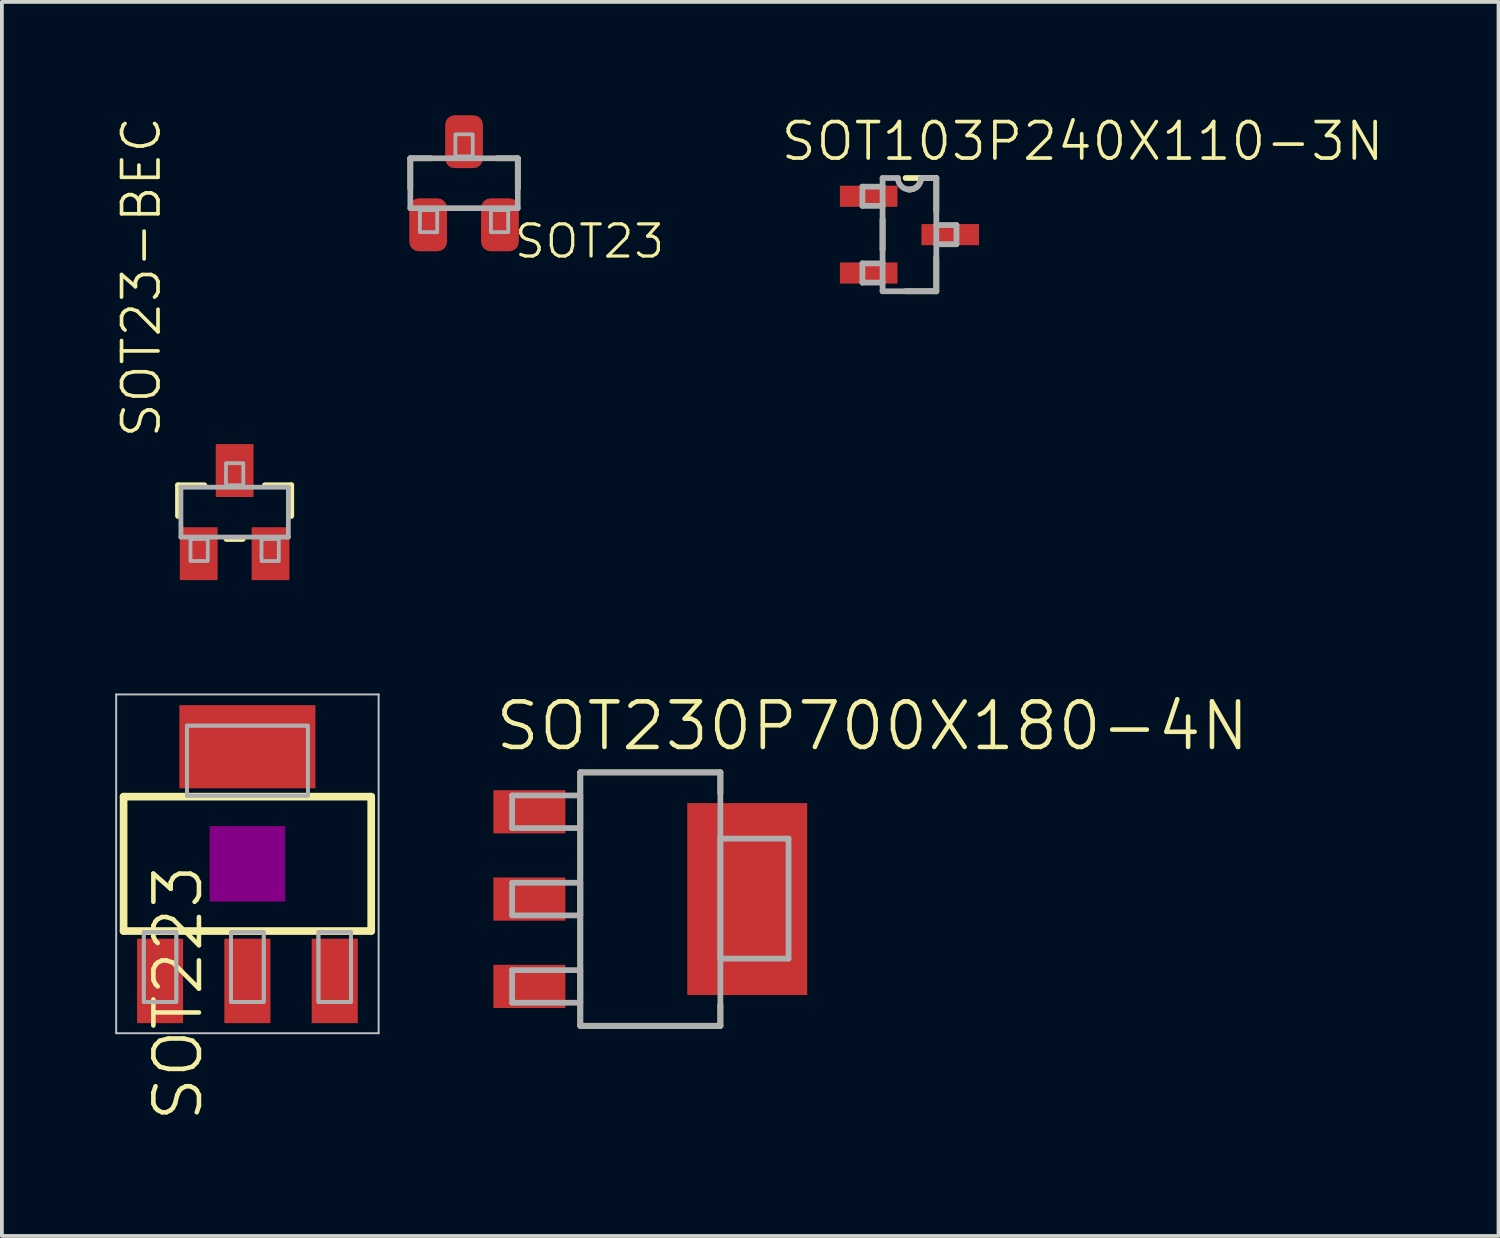
<source format=kicad_pcb>
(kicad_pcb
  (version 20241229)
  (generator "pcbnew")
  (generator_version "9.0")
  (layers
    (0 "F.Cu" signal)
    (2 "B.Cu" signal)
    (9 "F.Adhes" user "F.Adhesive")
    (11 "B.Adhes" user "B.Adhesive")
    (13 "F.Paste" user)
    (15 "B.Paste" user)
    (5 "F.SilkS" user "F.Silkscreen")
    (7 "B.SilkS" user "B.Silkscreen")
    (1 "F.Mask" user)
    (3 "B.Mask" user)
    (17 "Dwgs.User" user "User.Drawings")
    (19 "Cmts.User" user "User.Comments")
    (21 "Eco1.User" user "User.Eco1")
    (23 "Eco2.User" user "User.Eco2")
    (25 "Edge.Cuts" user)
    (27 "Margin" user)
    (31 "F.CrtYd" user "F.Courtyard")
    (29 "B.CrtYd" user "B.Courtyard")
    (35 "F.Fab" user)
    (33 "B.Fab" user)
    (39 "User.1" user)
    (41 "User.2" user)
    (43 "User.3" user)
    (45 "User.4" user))
  (footprint "SOT23"
    (layer "F.Cu")
    (at 9.232 1.8)
    (property "Reference" "SOT23" (at 1.282 2.034 180) (layer "F.SilkS") (effects (font (size 0.85 0.85) (thickness 0.085)) (justify left bottom)))
    (attr through_hole)
    (fp_line (start -1.422 -0.66) (end -0.864 -0.66) (stroke (width 0.15) (type solid)) (layer "F.SilkS"))
    (fp_line (start -1.422 0.15) (end -1.422 -0.66) (stroke (width 0.15) (type solid)) (layer "F.SilkS"))
    (fp_line (start 0.864 -0.66) (end 1.422 -0.66) (stroke (width 0.15) (type solid)) (layer "F.SilkS"))
    (fp_line (start 1.422 -0.66) (end 1.422 0.15) (stroke (width 0.15) (type solid)) (layer "F.SilkS"))
    (fp_line (start -1.422 -0.66) (end 1.422 -0.66) (stroke (width 0.15) (type solid)) (layer "F.Fab"))
    (fp_line (start -1.422 0.66) (end -1.422 -0.66) (stroke (width 0.15) (type solid)) (layer "F.Fab"))
    (fp_line (start 1.422 -0.66) (end 1.422 0.66) (stroke (width 0.15) (type solid)) (layer "F.Fab"))
    (fp_line (start 1.422 0.66) (end -1.422 0.66) (stroke (width 0.15) (type solid)) (layer "F.Fab"))
    (fp_poly (pts (xy -1.168 1.295) (xy -0.711 1.295) (xy -0.711 0.711) (xy -1.168 0.711)) (stroke (width 0.1) (type solid)) (fill no) (layer "F.Fab"))
    (fp_poly (pts (xy -0.229 -0.711) (xy 0.229 -0.711) (xy 0.229 -1.295) (xy -0.229 -1.295)) (stroke (width 0.1) (type solid)) (fill no) (layer "F.Fab"))
    (fp_poly (pts (xy 0.711 1.295) (xy 1.168 1.295) (xy 1.168 0.711) (xy 0.711 0.711)) (stroke (width 0.1) (type solid)) (fill no) (layer "F.Fab"))
    (pad "1" smd roundrect (at -0.95 1.1) (size 1 1.4) (layers "F.Cu" "F.Mask" "F.Paste") (roundrect_rratio 0.25))
    (pad "2" smd roundrect (at 0.95 1.1) (size 1 1.4) (layers "F.Cu" "F.Mask" "F.Paste") (roundrect_rratio 0.25))
    (pad "3" smd roundrect (at 0 -1.1) (size 1 1.4) (layers "F.Cu" "F.Mask" "F.Paste") (roundrect_rratio 0.25)))
  (footprint "SOT23-BEC"
    (layer "F.Cu")
    (at 3.16 10.504)
    (property "Reference" "SOT23-BEC" (at -1.905 -1.905 90) (layer "F.SilkS") (effects (font (size 0.965 0.965) (thickness 0.097)) (justify left bottom)))
    (attr through_hole)
    (fp_line (start -1.499 -0.711) (end -1.499 0.102) (stroke (width 0.152) (type solid)) (layer "F.SilkS"))
    (fp_line (start -0.8 -0.711) (end -1.499 -0.711) (stroke (width 0.152) (type solid)) (layer "F.SilkS"))
    (fp_line (start -0.216 0.711) (end 0.216 0.711) (stroke (width 0.152) (type solid)) (layer "F.SilkS"))
    (fp_line (start 1.499 -0.711) (end 0.8 -0.711) (stroke (width 0.152) (type solid)) (layer "F.SilkS"))
    (fp_line (start 1.499 0.102) (end 1.499 -0.711) (stroke (width 0.152) (type solid)) (layer "F.SilkS"))
    (fp_line (start -1.422 -0.66) (end 1.422 -0.66) (stroke (width 0.127) (type solid)) (layer "F.Fab"))
    (fp_line (start -1.422 0.66) (end -1.422 -0.66) (stroke (width 0.127) (type solid)) (layer "F.Fab"))
    (fp_line (start 1.422 -0.66) (end 1.422 0.66) (stroke (width 0.127) (type solid)) (layer "F.Fab"))
    (fp_line (start 1.422 0.66) (end -1.422 0.66) (stroke (width 0.127) (type solid)) (layer "F.Fab"))
    (fp_poly (pts (xy -1.168 1.295) (xy -0.711 1.295) (xy -0.711 0.711) (xy -1.168 0.711)) (stroke (width 0.1) (type solid)) (fill no) (layer "F.Fab"))
    (fp_poly (pts (xy -0.229 -0.711) (xy 0.229 -0.711) (xy 0.229 -1.295) (xy -0.229 -1.295)) (stroke (width 0.1) (type solid)) (fill no) (layer "F.Fab"))
    (fp_poly (pts (xy 0.711 1.295) (xy 1.168 1.295) (xy 1.168 0.711) (xy 0.711 0.711)) (stroke (width 0.1) (type solid)) (fill no) (layer "F.Fab"))
    (pad "B" smd rect (at -0.95 1.1) (size 1 1.4) (layers "F.Cu" "F.Mask" "F.Paste"))
    (pad "C" smd rect (at 0 -1.1) (size 1 1.4) (layers "F.Cu" "F.Mask" "F.Paste"))
    (pad "E" smd rect (at 0.95 1.1) (size 1 1.4) (layers "F.Cu" "F.Mask" "F.Paste")))
  (footprint "SOT103P240X110-3N"
    (layer "F.Cu")
    (at 21.02 3.16)
    (property "Reference" "SOT103P240X110-3N" (at -3.454 -1.905 180) (layer "F.SilkS") (effects (font (size 0.965 0.965) (thickness 0.097)) (justify left bottom)))
    (attr through_hole)
    (fp_line (start -0.711 -0.406) (end -0.711 0.406) (stroke (width 0.152) (type solid)) (layer "F.SilkS"))
    (fp_line (start -0.102 1.499) (end 0.711 1.499) (stroke (width 0.152) (type solid)) (layer "F.SilkS"))
    (fp_line (start 0.305 -1.499) (end -0.102 -1.499) (stroke (width 0.152) (type solid)) (layer "F.SilkS"))
    (fp_line (start 0.711 -1.499) (end 0.305 -1.499) (stroke (width 0.152) (type solid)) (layer "F.SilkS"))
    (fp_line (start 0.711 -0.61) (end 0.711 -1.499) (stroke (width 0.152) (type solid)) (layer "F.SilkS"))
    (fp_line (start 0.711 1.499) (end 0.711 0.61) (stroke (width 0.152) (type solid)) (layer "F.SilkS"))
    (fp_arc (start 0.3048 -1.4986) (mid 0.206758 -1.273554) (end -0.0254 -1.1938) (stroke (width 0.1524) (type solid)) (layer "F.SilkS"))
    (fp_line (start -1.245 -1.27) (end -1.245 -0.762) (stroke (width 0.152) (type solid)) (layer "F.Fab"))
    (fp_line (start -1.245 -0.762) (end -0.711 -0.762) (stroke (width 0.152) (type solid)) (layer "F.Fab"))
    (fp_line (start -1.245 0.762) (end -1.245 1.27) (stroke (width 0.152) (type solid)) (layer "F.Fab"))
    (fp_line (start -1.245 1.27) (end -0.711 1.27) (stroke (width 0.152) (type solid)) (layer "F.Fab"))
    (fp_line (start -0.711 -1.499) (end -0.711 -1.27) (stroke (width 0.152) (type solid)) (layer "F.Fab"))
    (fp_line (start -0.711 -1.27) (end -1.245 -1.27) (stroke (width 0.152) (type solid)) (layer "F.Fab"))
    (fp_line (start -0.711 -1.27) (end -0.711 -0.762) (stroke (width 0.152) (type solid)) (layer "F.Fab"))
    (fp_line (start -0.711 -0.762) (end -0.711 0.762) (stroke (width 0.152) (type solid)) (layer "F.Fab"))
    (fp_line (start -0.711 0.762) (end -1.245 0.762) (stroke (width 0.152) (type solid)) (layer "F.Fab"))
    (fp_line (start -0.711 1.27) (end -0.711 0.762) (stroke (width 0.152) (type solid)) (layer "F.Fab"))
    (fp_line (start -0.711 1.499) (end -0.711 1.27) (stroke (width 0.152) (type solid)) (layer "F.Fab"))
    (fp_line (start -0.711 1.499) (end 0.711 1.499) (stroke (width 0.152) (type solid)) (layer "F.Fab"))
    (fp_line (start -0.305 -1.499) (end -0.711 -1.499) (stroke (width 0.152) (type solid)) (layer "F.Fab"))
    (fp_line (start 0.711 -1.499) (end 0.305 -1.499) (stroke (width 0.152) (type solid)) (layer "F.Fab"))
    (fp_line (start 0.711 -0.254) (end 0.711 -1.499) (stroke (width 0.152) (type solid)) (layer "F.Fab"))
    (fp_line (start 0.711 0.254) (end 0.711 -0.254) (stroke (width 0.152) (type solid)) (layer "F.Fab"))
    (fp_line (start 0.711 0.254) (end 1.245 0.254) (stroke (width 0.152) (type solid)) (layer "F.Fab"))
    (fp_line (start 0.711 1.499) (end 0.711 0.254) (stroke (width 0.152) (type solid)) (layer "F.Fab"))
    (fp_line (start 1.245 -0.254) (end 0.711 -0.254) (stroke (width 0.152) (type solid)) (layer "F.Fab"))
    (fp_line (start 1.245 0.254) (end 1.245 -0.254) (stroke (width 0.152) (type solid)) (layer "F.Fab"))
    (fp_arc (start 0.3048 -1.4986) (mid 0 -1.1938) (end -0.3048 -1.4986) (stroke (width 0.1524) (type solid)) (layer "F.Fab"))
    (pad "1" smd rect (at -1.079 -1.016) (size 1.524 0.559) (layers "F.Cu" "F.Mask" "F.Paste"))
    (pad "2" smd rect (at -1.079 1.016) (size 1.524 0.559) (layers "F.Cu" "F.Mask" "F.Paste"))
    (pad "3" smd rect (at 1.079 0) (size 1.524 0.559) (layers "F.Cu" "F.Mask" "F.Paste")))
  (footprint "SOT230P700X180-4N"
    (layer "F.Cu")
    (at 14.162 20.746)
    (property "Reference" "SOT230P700X180-4N" (at -4.166 -3.873 180) (layer "F.SilkS") (effects (font (size 1.206 1.206) (thickness 0.121)) (justify left bottom)))
    (attr through_hole)
    (fp_line (start -1.854 -3.353) (end -1.854 3.353) (stroke (width 0.152) (type solid)) (layer "F.SilkS"))
    (fp_line (start -1.854 3.353) (end 1.854 3.353) (stroke (width 0.152) (type solid)) (layer "F.SilkS"))
    (fp_line (start 1.854 -3.353) (end -1.854 -3.353) (stroke (width 0.152) (type solid)) (layer "F.SilkS"))
    (fp_line (start 1.854 -3.353) (end 1.854 -2.794) (stroke (width 0.152) (type solid)) (layer "F.SilkS"))
    (fp_line (start 1.854 2.794) (end 1.854 3.353) (stroke (width 0.152) (type solid)) (layer "F.SilkS"))
    (fp_line (start -3.658 -2.743) (end -3.658 -1.88) (stroke (width 0.152) (type solid)) (layer "F.Fab"))
    (fp_line (start -3.658 -1.88) (end -1.854 -1.88) (stroke (width 0.152) (type solid)) (layer "F.Fab"))
    (fp_line (start -3.658 -0.432) (end -3.658 0.432) (stroke (width 0.152) (type solid)) (layer "F.Fab"))
    (fp_line (start -3.658 0.432) (end -1.854 0.432) (stroke (width 0.152) (type solid)) (layer "F.Fab"))
    (fp_line (start -3.658 1.88) (end -3.658 2.743) (stroke (width 0.152) (type solid)) (layer "F.Fab"))
    (fp_line (start -3.658 2.743) (end -1.854 2.743) (stroke (width 0.152) (type solid)) (layer "F.Fab"))
    (fp_line (start -1.854 -3.353) (end -1.854 3.353) (stroke (width 0.152) (type solid)) (layer "F.Fab"))
    (fp_line (start -1.854 -2.743) (end -3.658 -2.743) (stroke (width 0.152) (type solid)) (layer "F.Fab"))
    (fp_line (start -1.854 -1.88) (end -1.854 -2.743) (stroke (width 0.152) (type solid)) (layer "F.Fab"))
    (fp_line (start -1.854 -0.432) (end -3.658 -0.432) (stroke (width 0.152) (type solid)) (layer "F.Fab"))
    (fp_line (start -1.854 0.432) (end -1.854 -0.432) (stroke (width 0.152) (type solid)) (layer "F.Fab"))
    (fp_line (start -1.854 1.88) (end -3.658 1.88) (stroke (width 0.152) (type solid)) (layer "F.Fab"))
    (fp_line (start -1.854 2.743) (end -1.854 1.88) (stroke (width 0.152) (type solid)) (layer "F.Fab"))
    (fp_line (start -1.854 3.353) (end 1.854 3.353) (stroke (width 0.152) (type solid)) (layer "F.Fab"))
    (fp_line (start 1.854 -3.353) (end -1.854 -3.353) (stroke (width 0.152) (type solid)) (layer "F.Fab"))
    (fp_line (start 1.854 -1.6) (end 1.854 -3.353) (stroke (width 0.152) (type solid)) (layer "F.Fab"))
    (fp_line (start 1.854 -1.6) (end 3.658 -1.6) (stroke (width 0.152) (type solid)) (layer "F.Fab"))
    (fp_line (start 1.854 -1.575) (end 1.854 1.575) (stroke (width 0.152) (type solid)) (layer "F.Fab"))
    (fp_line (start 1.854 1.575) (end 3.658 1.575) (stroke (width 0.152) (type solid)) (layer "F.Fab"))
    (fp_line (start 1.854 3.353) (end 1.854 -1.6) (stroke (width 0.152) (type solid)) (layer "F.Fab"))
    (fp_line (start 3.658 1.575) (end 3.658 -1.6) (stroke (width 0.152) (type solid)) (layer "F.Fab"))
    (pad "1" smd rect (at -3.2 -2.311) (size 1.905 1.143) (layers "F.Cu" "F.Mask" "F.Paste"))
    (pad "2" smd rect (at -3.2 0) (size 1.905 1.143) (layers "F.Cu" "F.Mask" "F.Paste"))
    (pad "3" smd rect (at -3.2 2.311) (size 1.905 1.143) (layers "F.Cu" "F.Mask" "F.Paste"))
    (pad "4" smd rect (at 2.565 0) (size 3.175 5.08) (layers "F.Cu" "F.Mask" "F.Paste")))
  (footprint "SOT223"
    (layer "F.Cu")
    (at 3.498 19.813)
    (property "Reference" "SOT223" (at -2.54 -0.051 270) (layer "F.SilkS") (effects (font (size 1.206 1.206) (thickness 0.121)) (justify right top)))
    (attr through_hole)
    (fp_line (start -3.277 -1.778) (end 3.277 -1.778) (stroke (width 0.203) (type solid)) (layer "F.SilkS"))
    (fp_line (start -3.277 1.778) (end -3.277 -1.778) (stroke (width 0.203) (type solid)) (layer "F.SilkS"))
    (fp_line (start 3.277 -1.778) (end 3.277 1.778) (stroke (width 0.203) (type solid)) (layer "F.SilkS"))
    (fp_line (start 3.277 1.778) (end -3.277 1.778) (stroke (width 0.203) (type solid)) (layer "F.SilkS"))
    (fp_poly (pts (xy -1 1) (xy 1 1) (xy 1 -1) (xy -1 -1)) (stroke (width 0) (type solid)) (fill yes) (layer "F.Adhes"))
    (fp_line (start -3.473 -4.483) (end 3.473 -4.483) (stroke (width 0.051) (type solid)) (layer "Dwgs.User"))
    (fp_line (start -3.473 4.483) (end -3.473 -4.483) (stroke (width 0.051) (type solid)) (layer "Dwgs.User"))
    (fp_line (start 3.473 -4.483) (end 3.473 4.483) (stroke (width 0.051) (type solid)) (layer "Dwgs.User"))
    (fp_line (start 3.473 4.483) (end -3.473 4.483) (stroke (width 0.051) (type solid)) (layer "Dwgs.User"))
    (fp_poly (pts (xy -2.743 3.658) (xy -1.88 3.658) (xy -1.88 1.803) (xy -2.743 1.803)) (stroke (width 0.1) (type solid)) (fill no) (layer "F.Fab"))
    (fp_poly (pts (xy -2.743 3.658) (xy -1.88 3.658) (xy -1.88 1.803) (xy -2.743 1.803)) (stroke (width 0.1) (type solid)) (fill no) (layer "F.Fab"))
    (fp_poly (pts (xy -1.6 -1.803) (xy 1.6 -1.803) (xy 1.6 -3.658) (xy -1.6 -3.658)) (stroke (width 0.1) (type solid)) (fill no) (layer "F.Fab"))
    (fp_poly (pts (xy -1.6 -1.803) (xy 1.6 -1.803) (xy 1.6 -3.658) (xy -1.6 -3.658)) (stroke (width 0.1) (type solid)) (fill no) (layer "F.Fab"))
    (fp_poly (pts (xy -0.432 3.658) (xy 0.432 3.658) (xy 0.432 1.803) (xy -0.432 1.803)) (stroke (width 0.1) (type solid)) (fill no) (layer "F.Fab"))
    (fp_poly (pts (xy -0.432 3.658) (xy 0.432 3.658) (xy 0.432 1.803) (xy -0.432 1.803)) (stroke (width 0.1) (type solid)) (fill no) (layer "F.Fab"))
    (fp_poly (pts (xy 1.88 3.658) (xy 2.743 3.658) (xy 2.743 1.803) (xy 1.88 1.803)) (stroke (width 0.1) (type solid)) (fill no) (layer "F.Fab"))
    (fp_poly (pts (xy 1.88 3.658) (xy 2.743 3.658) (xy 2.743 1.803) (xy 1.88 1.803)) (stroke (width 0.1) (type solid)) (fill no) (layer "F.Fab"))
    (pad "1" smd rect (at -2.311 3.099) (size 1.219 2.235) (layers "F.Cu" "F.Mask" "F.Paste"))
    (pad "2" smd rect (at 0 3.099) (size 1.219 2.235) (layers "F.Cu" "F.Mask" "F.Paste"))
    (pad "3" smd rect (at 2.311 3.099) (size 1.219 2.235) (layers "F.Cu" "F.Mask" "F.Paste"))
    (pad "4" smd rect (at 0 -3.099) (size 3.6 2.2) (layers "F.Cu" "F.Mask" "F.Paste")))
  (gr_rect
    (start -3 -3)
    (end 36.611 29.662)
    (stroke (width 0.1) (type default))
    (fill no)
    (layer "Edge.Cuts")))
</source>
